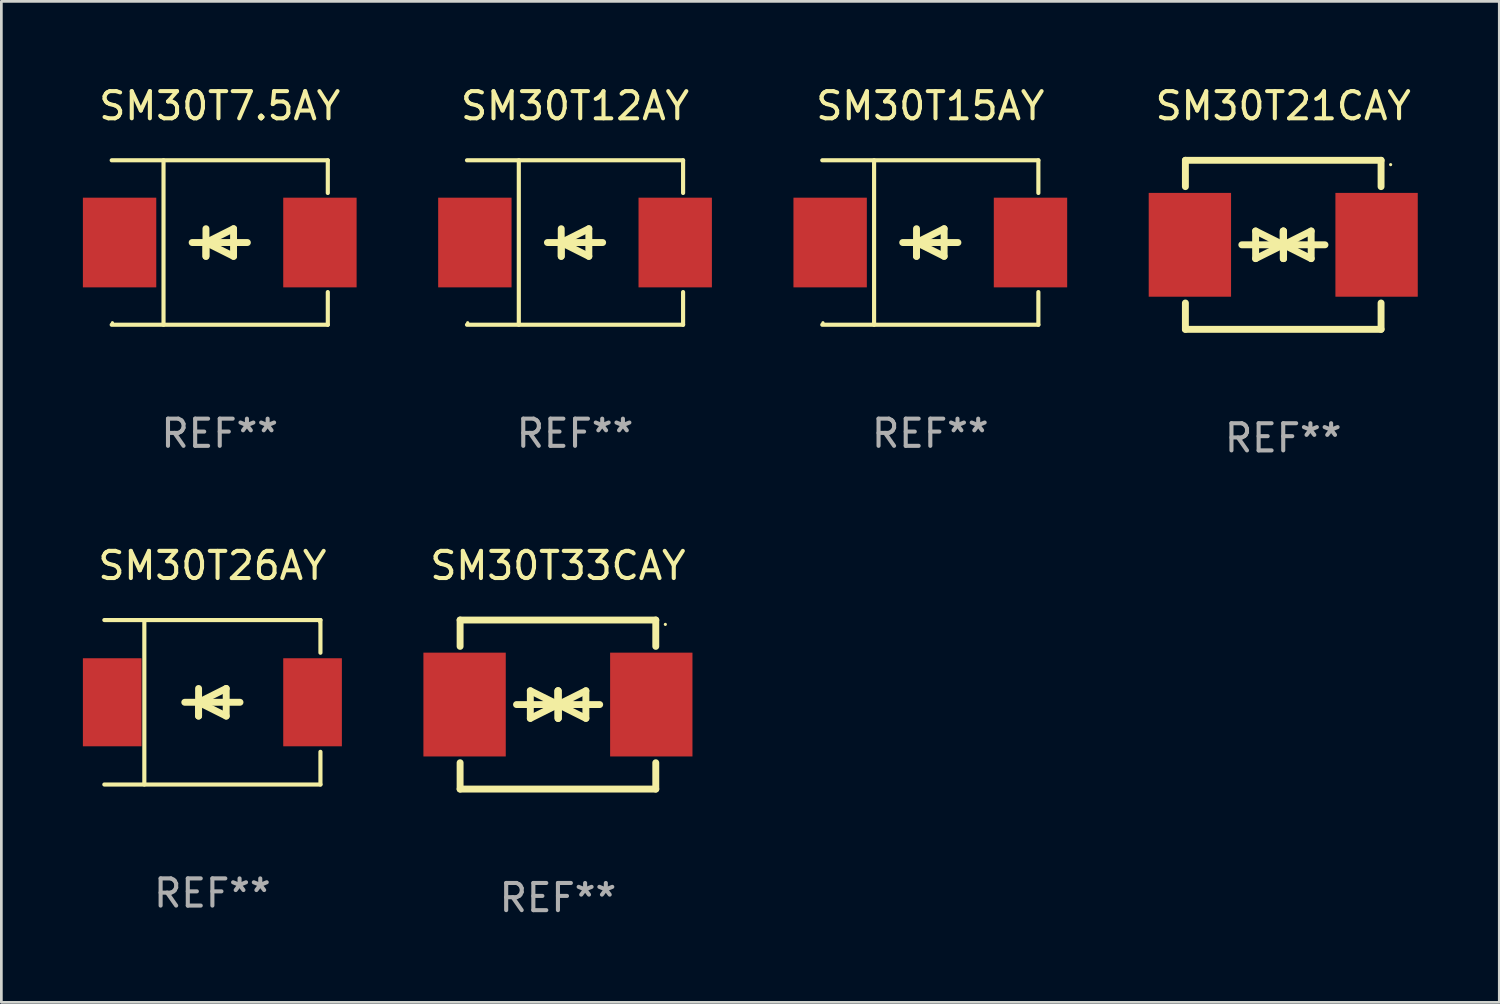
<source format=kicad_pcb>
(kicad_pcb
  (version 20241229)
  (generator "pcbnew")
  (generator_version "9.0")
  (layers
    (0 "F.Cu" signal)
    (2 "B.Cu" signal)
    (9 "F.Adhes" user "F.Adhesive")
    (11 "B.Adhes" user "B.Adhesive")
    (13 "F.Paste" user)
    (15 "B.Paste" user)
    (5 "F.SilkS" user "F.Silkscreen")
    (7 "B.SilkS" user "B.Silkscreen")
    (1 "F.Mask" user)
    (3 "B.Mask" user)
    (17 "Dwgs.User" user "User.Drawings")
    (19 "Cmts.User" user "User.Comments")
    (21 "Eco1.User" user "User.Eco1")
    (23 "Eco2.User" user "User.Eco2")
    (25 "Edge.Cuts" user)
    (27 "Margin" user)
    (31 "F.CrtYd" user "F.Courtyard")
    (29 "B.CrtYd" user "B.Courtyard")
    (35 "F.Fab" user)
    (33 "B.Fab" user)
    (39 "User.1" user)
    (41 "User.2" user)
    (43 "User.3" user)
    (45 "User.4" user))
  (footprint "SM30T21CAY"
    (layer "F.Cu")
    (at 44.168 5.958)
    (property "Reference" "SM30T21CAY" (at 0 -5.11 0) (layer "F.SilkS") (effects (font (size 1 1) (thickness 0.15))))
    (attr through_hole)
    (fp_line (start -3.6 -2.141) (end -3.6 -3.11) (stroke (width 0.254) (type solid)) (layer "F.SilkS"))
    (fp_line (start -3.6 3.11) (end -3.6 2.141) (stroke (width 0.254) (type solid)) (layer "F.SilkS"))
    (fp_line (start -1.524 0) (end 0.508 0) (stroke (width 0.254) (type solid)) (layer "F.SilkS"))
    (fp_line (start -1.016 -0.508) (end -1.016 0.508) (stroke (width 0.254) (type solid)) (layer "F.SilkS"))
    (fp_line (start -1.016 0.508) (end 0 0) (stroke (width 0.254) (type solid)) (layer "F.SilkS"))
    (fp_line (start 0 -0.508) (end 0 0.508) (stroke (width 0.254) (type solid)) (layer "F.SilkS"))
    (fp_line (start 0 0) (end -1.016 -0.508) (stroke (width 0.254) (type solid)) (layer "F.SilkS"))
    (fp_line (start 0 0) (end 0 -0.508) (stroke (width 0.254) (type solid)) (layer "F.SilkS"))
    (fp_line (start 0.012 0) (end 0.012 0.508) (stroke (width 0.254) (type solid)) (layer "F.SilkS"))
    (fp_line (start 0.012 0) (end 1.028 0.508) (stroke (width 0.254) (type solid)) (layer "F.SilkS"))
    (fp_line (start 0.012 0.508) (end 0.012 -0.508) (stroke (width 0.254) (type solid)) (layer "F.SilkS"))
    (fp_line (start 1.028 -0.508) (end 0.012 0) (stroke (width 0.254) (type solid)) (layer "F.SilkS"))
    (fp_line (start 1.028 0.508) (end 1.028 -0.508) (stroke (width 0.254) (type solid)) (layer "F.SilkS"))
    (fp_line (start 1.536 0) (end -0.496 0) (stroke (width 0.254) (type solid)) (layer "F.SilkS"))
    (fp_line (start 3.6 -3.11) (end -3.6 -3.11) (stroke (width 0.254) (type solid)) (layer "F.SilkS"))
    (fp_line (start 3.6 -2.141) (end 3.6 -3.11) (stroke (width 0.254) (type solid)) (layer "F.SilkS"))
    (fp_line (start 3.6 3.11) (end -3.6 3.11) (stroke (width 0.254) (type solid)) (layer "F.SilkS"))
    (fp_line (start 3.6 3.11) (end 3.6 2.141) (stroke (width 0.254) (type solid)) (layer "F.SilkS"))
    (fp_circle (center 3.952 -2.95) (end 3.982 -2.95) (stroke (width 0.06) (type solid)) (fill no) (layer "F.SilkS"))
    (fp_text user "REF**" (at 0 7.11 0) (layer "F.Fab") (effects (font (size 1 1) (thickness 0.15))))
    (pad "1" smd rect (at 3.435 0) (size 3.03 3.82) (layers "F.Cu" "F.Mask" "F.Paste"))
    (pad "2" smd rect (at -3.435 0) (size 3.03 3.82) (layers "F.Cu" "F.Mask" "F.Paste")))
  (footprint "SM30T12AY"
    (layer "F.Cu")
    (at 18.109 5.874)
    (property "Reference" "SM30T12AY" (at 0 -5.026 0) (layer "F.SilkS") (effects (font (size 1 1) (thickness 0.15))))
    (attr through_hole)
    (fp_line (start -3.976 -3.026) (end 3.976 -3.026) (stroke (width 0.152) (type solid)) (layer "F.SilkS"))
    (fp_line (start -3.976 3.026) (end 3.976 3.026) (stroke (width 0.152) (type solid)) (layer "F.SilkS"))
    (fp_line (start -2.069 -3.026) (end -2.069 3.026) (stroke (width 0.152) (type solid)) (layer "F.SilkS"))
    (fp_line (start -0.508 0) (end -0.508 0.508) (stroke (width 0.254) (type solid)) (layer "F.SilkS"))
    (fp_line (start -0.508 0) (end 0.508 0.508) (stroke (width 0.254) (type solid)) (layer "F.SilkS"))
    (fp_line (start -0.508 0.508) (end -0.508 -0.508) (stroke (width 0.254) (type solid)) (layer "F.SilkS"))
    (fp_line (start 0.508 -0.508) (end -0.508 0) (stroke (width 0.254) (type solid)) (layer "F.SilkS"))
    (fp_line (start 0.508 0.508) (end 0.508 -0.508) (stroke (width 0.254) (type solid)) (layer "F.SilkS"))
    (fp_line (start 1.016 0) (end -1.016 0) (stroke (width 0.254) (type solid)) (layer "F.SilkS"))
    (fp_line (start 3.976 -3.026) (end 3.976 -1.823) (stroke (width 0.152) (type solid)) (layer "F.SilkS"))
    (fp_line (start 3.976 3.026) (end 3.976 1.823) (stroke (width 0.152) (type solid)) (layer "F.SilkS"))
    (fp_circle (center -3.95 2.95) (end -3.92 2.95) (stroke (width 0.06) (type solid)) (fill no) (layer "F.SilkS"))
    (fp_text user "REF**" (at 0 7.026 0) (layer "F.Fab") (effects (font (size 1 1) (thickness 0.15))))
    (pad "1" smd rect (at -3.686 0) (size 2.7 3.3) (layers "F.Cu" "F.Mask" "F.Paste"))
    (pad "2" smd rect (at 3.686 0) (size 2.7 3.3) (layers "F.Cu" "F.Mask" "F.Paste")))
  (footprint "SM30T26AY"
    (layer "F.Cu")
    (at 4.765 22.791)
    (property "Reference" "SM30T26AY" (at 0 -5.026 0) (layer "F.SilkS") (effects (font (size 1 1) (thickness 0.15))))
    (attr through_hole)
    (fp_line (start -3.976 -3.026) (end 3.976 -3.026) (stroke (width 0.152) (type solid)) (layer "F.SilkS"))
    (fp_line (start -3.976 3.026) (end 3.976 3.026) (stroke (width 0.152) (type solid)) (layer "F.SilkS"))
    (fp_line (start -2.504 -3.026) (end -2.504 3.026) (stroke (width 0.152) (type solid)) (layer "F.SilkS"))
    (fp_line (start -0.508 0) (end -0.508 0.508) (stroke (width 0.254) (type solid)) (layer "F.SilkS"))
    (fp_line (start -0.508 0) (end 0.508 0.508) (stroke (width 0.254) (type solid)) (layer "F.SilkS"))
    (fp_line (start -0.508 0.508) (end -0.508 -0.508) (stroke (width 0.254) (type solid)) (layer "F.SilkS"))
    (fp_line (start 0.508 -0.508) (end -0.508 0) (stroke (width 0.254) (type solid)) (layer "F.SilkS"))
    (fp_line (start 0.508 0.508) (end 0.508 -0.508) (stroke (width 0.254) (type solid)) (layer "F.SilkS"))
    (fp_line (start 1.016 0) (end -1.016 0) (stroke (width 0.254) (type solid)) (layer "F.SilkS"))
    (fp_line (start 3.976 -3.026) (end 3.976 -1.823) (stroke (width 0.152) (type solid)) (layer "F.SilkS"))
    (fp_line (start 3.976 3.026) (end 3.976 1.823) (stroke (width 0.152) (type solid)) (layer "F.SilkS"))
    (fp_circle (center 3.95 -2.95) (end 3.98 -2.95) (stroke (width 0.06) (type solid)) (fill no) (layer "F.SilkS"))
    (fp_text user "REF**" (at 0 7.026 0) (layer "F.Fab") (effects (font (size 1 1) (thickness 0.15))))
    (pad "1" smd rect (at 3.686 0 180) (size 2.158 3.24) (layers "F.Cu" "F.Mask" "F.Paste"))
    (pad "2" smd rect (at -3.686 0 180) (size 2.158 3.24) (layers "F.Cu" "F.Mask" "F.Paste")))
  (footprint "SM30T15AY"
    (layer "F.Cu")
    (at 31.182 5.874)
    (property "Reference" "SM30T15AY" (at 0 -5.026 0) (layer "F.SilkS") (effects (font (size 1 1) (thickness 0.15))))
    (attr through_hole)
    (fp_line (start -3.976 -3.026) (end 3.976 -3.026) (stroke (width 0.152) (type solid)) (layer "F.SilkS"))
    (fp_line (start -3.976 3.026) (end 3.976 3.026) (stroke (width 0.152) (type solid)) (layer "F.SilkS"))
    (fp_line (start -2.069 -3.026) (end -2.069 3.026) (stroke (width 0.152) (type solid)) (layer "F.SilkS"))
    (fp_line (start -0.508 0) (end -0.508 0.508) (stroke (width 0.254) (type solid)) (layer "F.SilkS"))
    (fp_line (start -0.508 0) (end 0.508 0.508) (stroke (width 0.254) (type solid)) (layer "F.SilkS"))
    (fp_line (start -0.508 0.508) (end -0.508 -0.508) (stroke (width 0.254) (type solid)) (layer "F.SilkS"))
    (fp_line (start 0.508 -0.508) (end -0.508 0) (stroke (width 0.254) (type solid)) (layer "F.SilkS"))
    (fp_line (start 0.508 0.508) (end 0.508 -0.508) (stroke (width 0.254) (type solid)) (layer "F.SilkS"))
    (fp_line (start 1.016 0) (end -1.016 0) (stroke (width 0.254) (type solid)) (layer "F.SilkS"))
    (fp_line (start 3.976 -3.026) (end 3.976 -1.823) (stroke (width 0.152) (type solid)) (layer "F.SilkS"))
    (fp_line (start 3.976 3.026) (end 3.976 1.823) (stroke (width 0.152) (type solid)) (layer "F.SilkS"))
    (fp_circle (center -3.95 2.95) (end -3.92 2.95) (stroke (width 0.06) (type solid)) (fill no) (layer "F.SilkS"))
    (fp_text user "REF**" (at 0 7.026 0) (layer "F.Fab") (effects (font (size 1 1) (thickness 0.15))))
    (pad "1" smd rect (at -3.686 0) (size 2.7 3.3) (layers "F.Cu" "F.Mask" "F.Paste"))
    (pad "2" smd rect (at 3.686 0) (size 2.7 3.3) (layers "F.Cu" "F.Mask" "F.Paste")))
  (footprint "SM30T7.5AY"
    (layer "F.Cu")
    (at 5.036 5.874)
    (property "Reference" "SM30T7.5AY" (at 0 -5.026 0) (layer "F.SilkS") (effects (font (size 1 1) (thickness 0.15))))
    (attr through_hole)
    (fp_line (start -3.976 -3.026) (end 3.976 -3.026) (stroke (width 0.152) (type solid)) (layer "F.SilkS"))
    (fp_line (start -3.976 3.026) (end 3.976 3.026) (stroke (width 0.152) (type solid)) (layer "F.SilkS"))
    (fp_line (start -2.069 -3.026) (end -2.069 3.026) (stroke (width 0.152) (type solid)) (layer "F.SilkS"))
    (fp_line (start -0.508 0) (end -0.508 0.508) (stroke (width 0.254) (type solid)) (layer "F.SilkS"))
    (fp_line (start -0.508 0) (end 0.508 0.508) (stroke (width 0.254) (type solid)) (layer "F.SilkS"))
    (fp_line (start -0.508 0.508) (end -0.508 -0.508) (stroke (width 0.254) (type solid)) (layer "F.SilkS"))
    (fp_line (start 0.508 -0.508) (end -0.508 0) (stroke (width 0.254) (type solid)) (layer "F.SilkS"))
    (fp_line (start 0.508 0.508) (end 0.508 -0.508) (stroke (width 0.254) (type solid)) (layer "F.SilkS"))
    (fp_line (start 1.016 0) (end -1.016 0) (stroke (width 0.254) (type solid)) (layer "F.SilkS"))
    (fp_line (start 3.976 -3.026) (end 3.976 -1.823) (stroke (width 0.152) (type solid)) (layer "F.SilkS"))
    (fp_line (start 3.976 3.026) (end 3.976 1.823) (stroke (width 0.152) (type solid)) (layer "F.SilkS"))
    (fp_circle (center -3.95 2.95) (end -3.92 2.95) (stroke (width 0.06) (type solid)) (fill no) (layer "F.SilkS"))
    (fp_text user "REF**" (at 0 7.026 0) (layer "F.Fab") (effects (font (size 1 1) (thickness 0.15))))
    (pad "1" smd rect (at -3.686 0) (size 2.7 3.3) (layers "F.Cu" "F.Mask" "F.Paste"))
    (pad "2" smd rect (at 3.686 0) (size 2.7 3.3) (layers "F.Cu" "F.Mask" "F.Paste")))
  (footprint "SM30T33CAY"
    (layer "F.Cu")
    (at 17.48 22.875)
    (property "Reference" "SM30T33CAY" (at 0 -5.11 0) (layer "F.SilkS") (effects (font (size 1 1) (thickness 0.15))))
    (attr through_hole)
    (fp_line (start -3.6 -2.141) (end -3.6 -3.11) (stroke (width 0.254) (type solid)) (layer "F.SilkS"))
    (fp_line (start -3.6 3.11) (end -3.6 2.141) (stroke (width 0.254) (type solid)) (layer "F.SilkS"))
    (fp_line (start -1.524 0) (end 0.508 0) (stroke (width 0.254) (type solid)) (layer "F.SilkS"))
    (fp_line (start -1.016 -0.508) (end -1.016 0.508) (stroke (width 0.254) (type solid)) (layer "F.SilkS"))
    (fp_line (start -1.016 0.508) (end 0 0) (stroke (width 0.254) (type solid)) (layer "F.SilkS"))
    (fp_line (start 0 -0.508) (end 0 0.508) (stroke (width 0.254) (type solid)) (layer "F.SilkS"))
    (fp_line (start 0 0) (end -1.016 -0.508) (stroke (width 0.254) (type solid)) (layer "F.SilkS"))
    (fp_line (start 0 0) (end 0 -0.508) (stroke (width 0.254) (type solid)) (layer "F.SilkS"))
    (fp_line (start 0.012 0) (end 0.012 0.508) (stroke (width 0.254) (type solid)) (layer "F.SilkS"))
    (fp_line (start 0.012 0) (end 1.028 0.508) (stroke (width 0.254) (type solid)) (layer "F.SilkS"))
    (fp_line (start 0.012 0.508) (end 0.012 -0.508) (stroke (width 0.254) (type solid)) (layer "F.SilkS"))
    (fp_line (start 1.028 -0.508) (end 0.012 0) (stroke (width 0.254) (type solid)) (layer "F.SilkS"))
    (fp_line (start 1.028 0.508) (end 1.028 -0.508) (stroke (width 0.254) (type solid)) (layer "F.SilkS"))
    (fp_line (start 1.536 0) (end -0.496 0) (stroke (width 0.254) (type solid)) (layer "F.SilkS"))
    (fp_line (start 3.6 -3.11) (end -3.6 -3.11) (stroke (width 0.254) (type solid)) (layer "F.SilkS"))
    (fp_line (start 3.6 -2.141) (end 3.6 -3.11) (stroke (width 0.254) (type solid)) (layer "F.SilkS"))
    (fp_line (start 3.6 3.11) (end -3.6 3.11) (stroke (width 0.254) (type solid)) (layer "F.SilkS"))
    (fp_line (start 3.6 3.11) (end 3.6 2.141) (stroke (width 0.254) (type solid)) (layer "F.SilkS"))
    (fp_circle (center 3.952 -2.95) (end 3.982 -2.95) (stroke (width 0.06) (type solid)) (fill no) (layer "F.SilkS"))
    (fp_text user "REF**" (at 0 7.11 0) (layer "F.Fab") (effects (font (size 1 1) (thickness 0.15))))
    (pad "1" smd rect (at 3.435 0) (size 3.03 3.82) (layers "F.Cu" "F.Mask" "F.Paste"))
    (pad "2" smd rect (at -3.435 0) (size 3.03 3.82) (layers "F.Cu" "F.Mask" "F.Paste")))
  (gr_rect
    (start -3 -3)
    (end 52.118 33.833)
    (stroke (width 0.1) (type default))
    (fill no)
    (layer "Edge.Cuts")))
</source>
